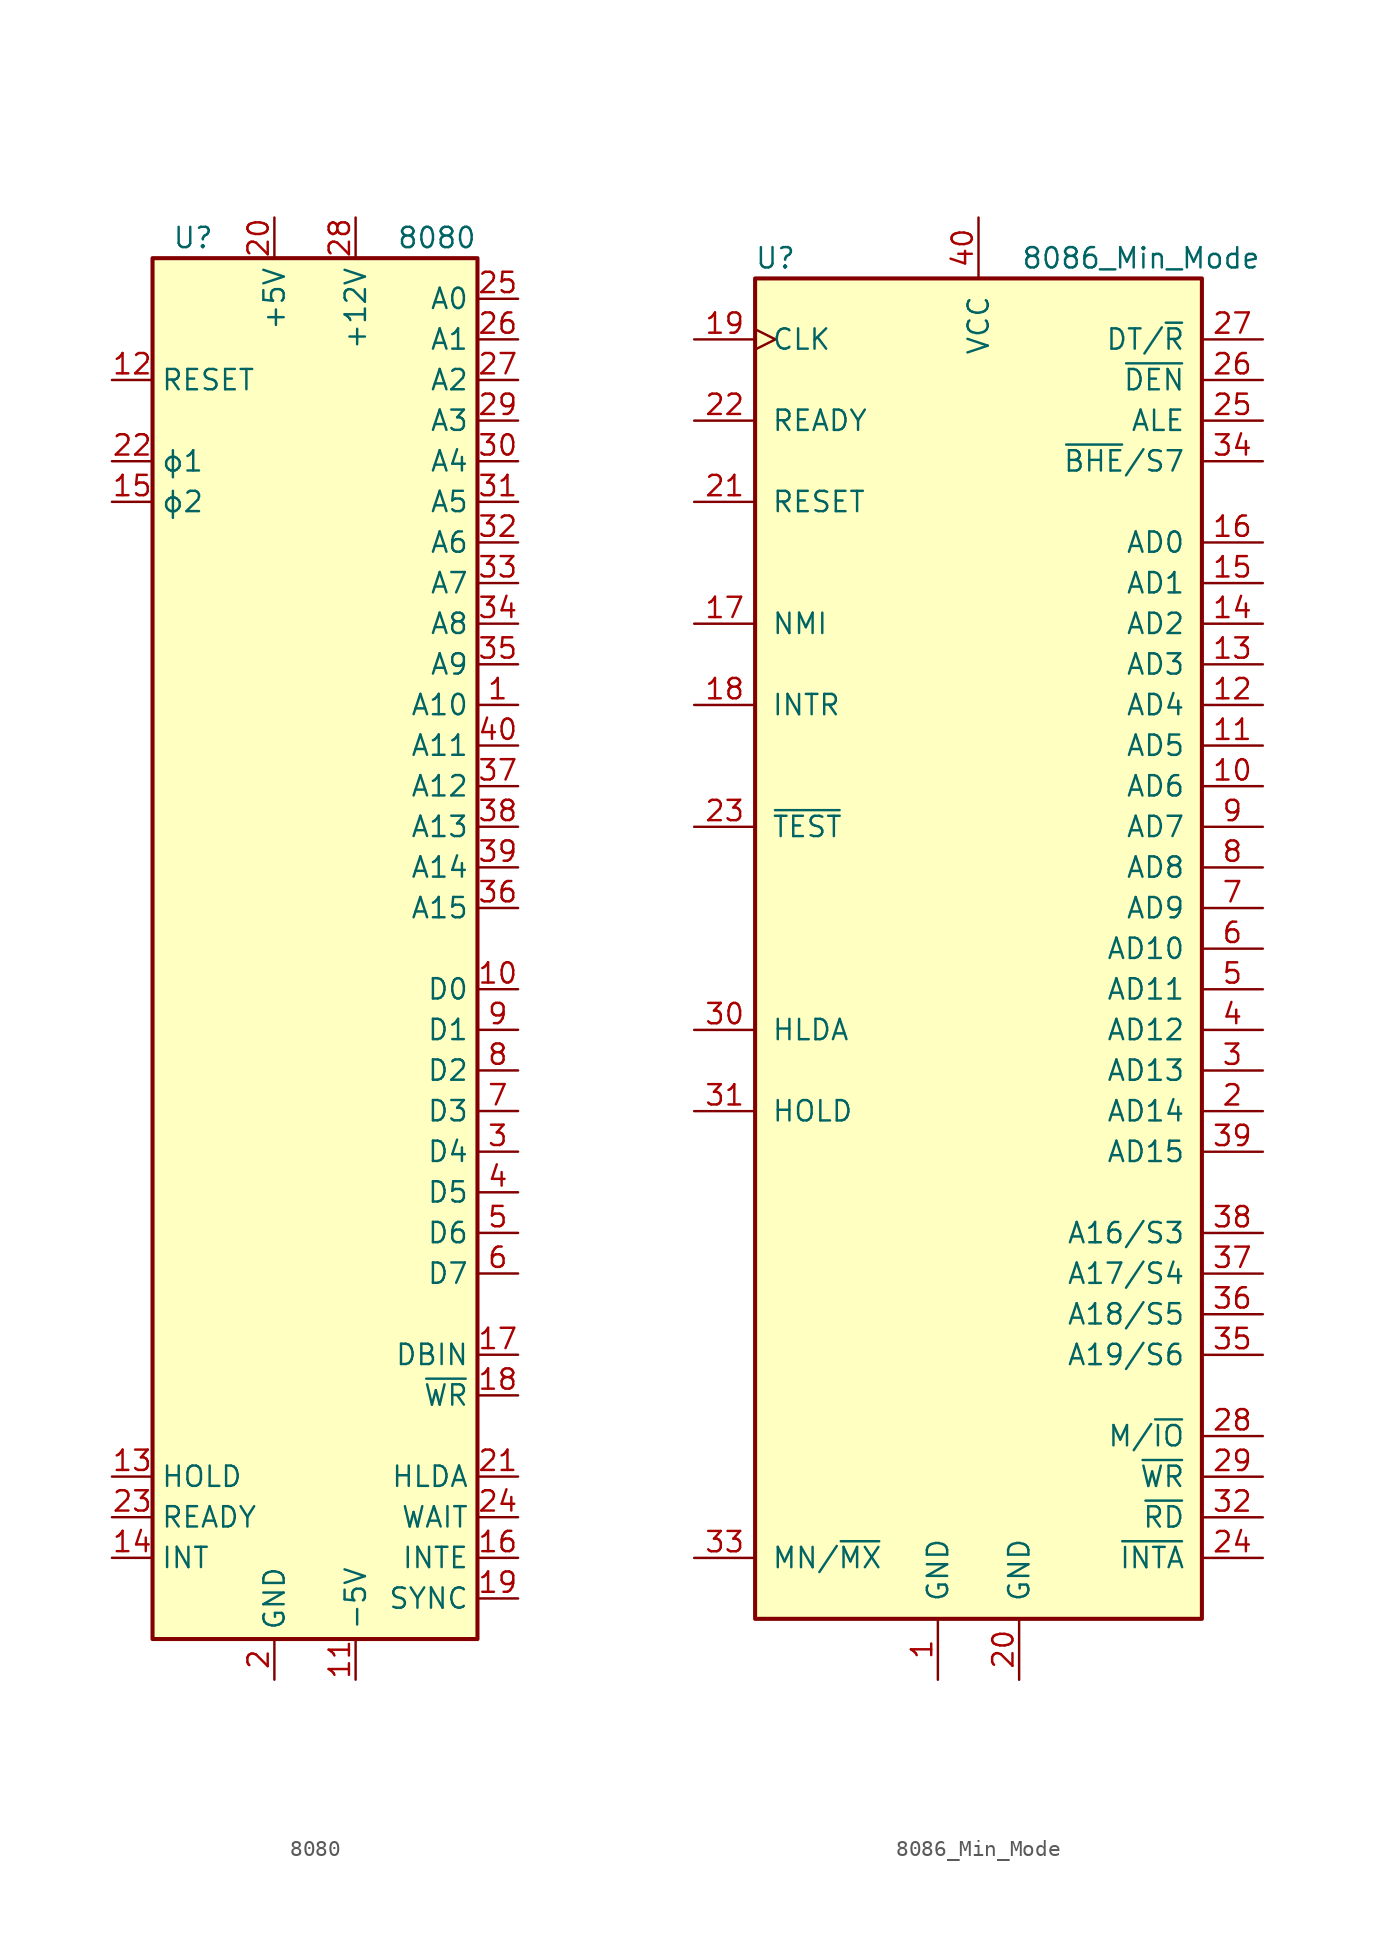
<source format=kicad_sym>
(kicad_symbol_lib
  (version 20211014)
  (generator kicad_symbol_editor)
  (symbol "8080"
    (property "Reference" "U"
      (at -7.62 44.45 0)
      (effects (font (size 1.27 1.27))))
    (property "Value" "8080"
      (at 7.62 44.45 0)
      (effects (font (size 1.27 1.27))))
    (symbol "8080_0_1"
      (rectangle (start -10.16 43.18) (end 10.16 -43.18) (stroke (width 0.254) (type default) (color 0 0 0 0)) (fill (type background))))
    (symbol "8080_1_1"
      (pin output line (at 12.7 15.24 180) (length 2.54) (name "A10" (effects (font (size 1.27 1.27)))) (number "1" (effects (font (size 1.27 1.27)))))
      (pin bidirectional line (at 12.7 -2.54 180) (length 2.54) (name "D0" (effects (font (size 1.27 1.27)))) (number "10" (effects (font (size 1.27 1.27)))))
      (pin power_in line (at 2.54 -45.72 90) (length 2.54) (name "-5V" (effects (font (size 1.27 1.27)))) (number "11" (effects (font (size 1.27 1.27)))))
      (pin input line (at -12.7 35.56 0) (length 2.54) (name "RESET" (effects (font (size 1.27 1.27)))) (number "12" (effects (font (size 1.27 1.27)))))
      (pin input line (at -12.7 -33.02 0) (length 2.54) (name "HOLD" (effects (font (size 1.27 1.27)))) (number "13" (effects (font (size 1.27 1.27)))))
      (pin input line (at -12.7 -38.1 0) (length 2.54) (name "INT" (effects (font (size 1.27 1.27)))) (number "14" (effects (font (size 1.27 1.27)))))
      (pin input line (at -12.7 27.94 0) (length 2.54) (name "ϕ2" (effects (font (size 1.27 1.27)))) (number "15" (effects (font (size 1.27 1.27)))))
      (pin output line (at 12.7 -38.1 180) (length 2.54) (name "INTE" (effects (font (size 1.27 1.27)))) (number "16" (effects (font (size 1.27 1.27)))))
      (pin output line (at 12.7 -25.4 180) (length 2.54) (name "DBIN" (effects (font (size 1.27 1.27)))) (number "17" (effects (font (size 1.27 1.27)))))
      (pin output line (at 12.7 -27.94 180) (length 2.54) (name "~{WR}" (effects (font (size 1.27 1.27)))) (number "18" (effects (font (size 1.27 1.27)))))
      (pin output line (at 12.7 -40.64 180) (length 2.54) (name "SYNC" (effects (font (size 1.27 1.27)))) (number "19" (effects (font (size 1.27 1.27)))))
      (pin power_in line (at -2.54 -45.72 90) (length 2.54) (name "GND" (effects (font (size 1.27 1.27)))) (number "2" (effects (font (size 1.27 1.27)))))
      (pin power_in line (at -2.54 45.72 270) (length 2.54) (name "+5V" (effects (font (size 1.27 1.27)))) (number "20" (effects (font (size 1.27 1.27)))))
      (pin output line (at 12.7 -33.02 180) (length 2.54) (name "HLDA" (effects (font (size 1.27 1.27)))) (number "21" (effects (font (size 1.27 1.27)))))
      (pin input line (at -12.7 30.48 0) (length 2.54) (name "ϕ1" (effects (font (size 1.27 1.27)))) (number "22" (effects (font (size 1.27 1.27)))))
      (pin input line (at -12.7 -35.56 0) (length 2.54) (name "READY" (effects (font (size 1.27 1.27)))) (number "23" (effects (font (size 1.27 1.27)))))
      (pin output line (at 12.7 -35.56 180) (length 2.54) (name "WAIT" (effects (font (size 1.27 1.27)))) (number "24" (effects (font (size 1.27 1.27)))))
      (pin output line (at 12.7 40.64 180) (length 2.54) (name "A0" (effects (font (size 1.27 1.27)))) (number "25" (effects (font (size 1.27 1.27)))))
      (pin output line (at 12.7 38.1 180) (length 2.54) (name "A1" (effects (font (size 1.27 1.27)))) (number "26" (effects (font (size 1.27 1.27)))))
      (pin output line (at 12.7 35.56 180) (length 2.54) (name "A2" (effects (font (size 1.27 1.27)))) (number "27" (effects (font (size 1.27 1.27)))))
      (pin power_in line (at 2.54 45.72 270) (length 2.54) (name "+12V" (effects (font (size 1.27 1.27)))) (number "28" (effects (font (size 1.27 1.27)))))
      (pin output line (at 12.7 33.02 180) (length 2.54) (name "A3" (effects (font (size 1.27 1.27)))) (number "29" (effects (font (size 1.27 1.27)))))
      (pin bidirectional line (at 12.7 -12.7 180) (length 2.54) (name "D4" (effects (font (size 1.27 1.27)))) (number "3" (effects (font (size 1.27 1.27)))))
      (pin output line (at 12.7 30.48 180) (length 2.54) (name "A4" (effects (font (size 1.27 1.27)))) (number "30" (effects (font (size 1.27 1.27)))))
      (pin output line (at 12.7 27.94 180) (length 2.54) (name "A5" (effects (font (size 1.27 1.27)))) (number "31" (effects (font (size 1.27 1.27)))))
      (pin output line (at 12.7 25.4 180) (length 2.54) (name "A6" (effects (font (size 1.27 1.27)))) (number "32" (effects (font (size 1.27 1.27)))))
      (pin output line (at 12.7 22.86 180) (length 2.54) (name "A7" (effects (font (size 1.27 1.27)))) (number "33" (effects (font (size 1.27 1.27)))))
      (pin output line (at 12.7 20.32 180) (length 2.54) (name "A8" (effects (font (size 1.27 1.27)))) (number "34" (effects (font (size 1.27 1.27)))))
      (pin output line (at 12.7 17.78 180) (length 2.54) (name "A9" (effects (font (size 1.27 1.27)))) (number "35" (effects (font (size 1.27 1.27)))))
      (pin output line (at 12.7 2.54 180) (length 2.54) (name "A15" (effects (font (size 1.27 1.27)))) (number "36" (effects (font (size 1.27 1.27)))))
      (pin output line (at 12.7 10.16 180) (length 2.54) (name "A12" (effects (font (size 1.27 1.27)))) (number "37" (effects (font (size 1.27 1.27)))))
      (pin output line (at 12.7 7.62 180) (length 2.54) (name "A13" (effects (font (size 1.27 1.27)))) (number "38" (effects (font (size 1.27 1.27)))))
      (pin output line (at 12.7 5.08 180) (length 2.54) (name "A14" (effects (font (size 1.27 1.27)))) (number "39" (effects (font (size 1.27 1.27)))))
      (pin bidirectional line (at 12.7 -15.24 180) (length 2.54) (name "D5" (effects (font (size 1.27 1.27)))) (number "4" (effects (font (size 1.27 1.27)))))
      (pin output line (at 12.7 12.7 180) (length 2.54) (name "A11" (effects (font (size 1.27 1.27)))) (number "40" (effects (font (size 1.27 1.27)))))
      (pin bidirectional line (at 12.7 -17.78 180) (length 2.54) (name "D6" (effects (font (size 1.27 1.27)))) (number "5" (effects (font (size 1.27 1.27)))))
      (pin bidirectional line (at 12.7 -20.32 180) (length 2.54) (name "D7" (effects (font (size 1.27 1.27)))) (number "6" (effects (font (size 1.27 1.27)))))
      (pin bidirectional line (at 12.7 -10.16 180) (length 2.54) (name "D3" (effects (font (size 1.27 1.27)))) (number "7" (effects (font (size 1.27 1.27)))))
      (pin bidirectional line (at 12.7 -7.62 180) (length 2.54) (name "D2" (effects (font (size 1.27 1.27)))) (number "8" (effects (font (size 1.27 1.27)))))
      (pin bidirectional line (at 12.7 -5.08 180) (length 2.54) (name "D1" (effects (font (size 1.27 1.27)))) (number "9" (effects (font (size 1.27 1.27)))))))
  (symbol "8086_Min_Mode"
    (pin_names
      (offset 1.016))
    (property "Reference" "U"
      (at -12.7 43.18 0)
      (effects (font (size 1.27 1.27))))
    (property "Value" "8086_Min_Mode"
      (at 10.16 43.18 0)
      (effects (font (size 1.27 1.27))))
    (symbol "8086_Min_Mode_0_1"
      (rectangle (start 13.97 -41.91) (end -13.97 41.91) (stroke (width 0.254) (type default) (color 0 0 0 0)) (fill (type background))))
    (symbol "8086_Min_Mode_1_1"
      (pin power_in line (at -2.54 -45.72 90) (length 3.81) (name "GND" (effects (font (size 1.27 1.27)))) (number "1" (effects (font (size 1.27 1.27)))))
      (pin bidirectional line (at 17.78 10.16 180) (length 3.81) (name "AD6" (effects (font (size 1.27 1.27)))) (number "10" (effects (font (size 1.27 1.27)))))
      (pin bidirectional line (at 17.78 12.7 180) (length 3.81) (name "AD5" (effects (font (size 1.27 1.27)))) (number "11" (effects (font (size 1.27 1.27)))))
      (pin bidirectional line (at 17.78 15.24 180) (length 3.81) (name "AD4" (effects (font (size 1.27 1.27)))) (number "12" (effects (font (size 1.27 1.27)))))
      (pin bidirectional line (at 17.78 17.78 180) (length 3.81) (name "AD3" (effects (font (size 1.27 1.27)))) (number "13" (effects (font (size 1.27 1.27)))))
      (pin bidirectional line (at 17.78 20.32 180) (length 3.81) (name "AD2" (effects (font (size 1.27 1.27)))) (number "14" (effects (font (size 1.27 1.27)))))
      (pin bidirectional line (at 17.78 22.86 180) (length 3.81) (name "AD1" (effects (font (size 1.27 1.27)))) (number "15" (effects (font (size 1.27 1.27)))))
      (pin bidirectional line (at 17.78 25.4 180) (length 3.81) (name "AD0" (effects (font (size 1.27 1.27)))) (number "16" (effects (font (size 1.27 1.27)))))
      (pin input line (at -17.78 20.32 0) (length 3.81) (name "NMI" (effects (font (size 1.27 1.27)))) (number "17" (effects (font (size 1.27 1.27)))))
      (pin input line (at -17.78 15.24 0) (length 3.81) (name "INTR" (effects (font (size 1.27 1.27)))) (number "18" (effects (font (size 1.27 1.27)))))
      (pin input clock (at -17.78 38.1 0) (length 3.81) (name "CLK" (effects (font (size 1.27 1.27)))) (number "19" (effects (font (size 1.27 1.27)))))
      (pin bidirectional line (at 17.78 -10.16 180) (length 3.81) (name "AD14" (effects (font (size 1.27 1.27)))) (number "2" (effects (font (size 1.27 1.27)))))
      (pin power_in line (at 2.54 -45.72 90) (length 3.81) (name "GND" (effects (font (size 1.27 1.27)))) (number "20" (effects (font (size 1.27 1.27)))))
      (pin input line (at -17.78 27.94 0) (length 3.81) (name "RESET" (effects (font (size 1.27 1.27)))) (number "21" (effects (font (size 1.27 1.27)))))
      (pin input line (at -17.78 33.02 0) (length 3.81) (name "READY" (effects (font (size 1.27 1.27)))) (number "22" (effects (font (size 1.27 1.27)))))
      (pin input line (at -17.78 7.62 0) (length 3.81) (name "~{TEST}" (effects (font (size 1.27 1.27)))) (number "23" (effects (font (size 1.27 1.27)))))
      (pin output line (at 17.78 -38.1 180) (length 3.81) (name "~{INTA}" (effects (font (size 1.27 1.27)))) (number "24" (effects (font (size 1.27 1.27)))))
      (pin output line (at 17.78 33.02 180) (length 3.81) (name "ALE" (effects (font (size 1.27 1.27)))) (number "25" (effects (font (size 1.27 1.27)))))
      (pin output line (at 17.78 35.56 180) (length 3.81) (name "~{DEN}" (effects (font (size 1.27 1.27)))) (number "26" (effects (font (size 1.27 1.27)))))
      (pin output line (at 17.78 38.1 180) (length 3.81) (name "DT/~{R}" (effects (font (size 1.27 1.27)))) (number "27" (effects (font (size 1.27 1.27)))))
      (pin output line (at 17.78 -30.48 180) (length 3.81) (name "M/~{IO}" (effects (font (size 1.27 1.27)))) (number "28" (effects (font (size 1.27 1.27)))))
      (pin output line (at 17.78 -33.02 180) (length 3.81) (name "~{WR}" (effects (font (size 1.27 1.27)))) (number "29" (effects (font (size 1.27 1.27)))))
      (pin bidirectional line (at 17.78 -7.62 180) (length 3.81) (name "AD13" (effects (font (size 1.27 1.27)))) (number "3" (effects (font (size 1.27 1.27)))))
      (pin output line (at -17.78 -5.08 0) (length 3.81) (name "HLDA" (effects (font (size 1.27 1.27)))) (number "30" (effects (font (size 1.27 1.27)))))
      (pin input line (at -17.78 -10.16 0) (length 3.81) (name "HOLD" (effects (font (size 1.27 1.27)))) (number "31" (effects (font (size 1.27 1.27)))))
      (pin output line (at 17.78 -35.56 180) (length 3.81) (name "~{RD}" (effects (font (size 1.27 1.27)))) (number "32" (effects (font (size 1.27 1.27)))))
      (pin input line (at -17.78 -38.1 0) (length 3.81) (name "MN/~{MX}" (effects (font (size 1.27 1.27)))) (number "33" (effects (font (size 1.27 1.27)))))
      (pin output line (at 17.78 30.48 180) (length 3.81) (name "~{BHE}/S7" (effects (font (size 1.27 1.27)))) (number "34" (effects (font (size 1.27 1.27)))))
      (pin output line (at 17.78 -25.4 180) (length 3.81) (name "A19/S6" (effects (font (size 1.27 1.27)))) (number "35" (effects (font (size 1.27 1.27)))))
      (pin output line (at 17.78 -22.86 180) (length 3.81) (name "A18/S5" (effects (font (size 1.27 1.27)))) (number "36" (effects (font (size 1.27 1.27)))))
      (pin output line (at 17.78 -20.32 180) (length 3.81) (name "A17/S4" (effects (font (size 1.27 1.27)))) (number "37" (effects (font (size 1.27 1.27)))))
      (pin output line (at 17.78 -17.78 180) (length 3.81) (name "A16/S3" (effects (font (size 1.27 1.27)))) (number "38" (effects (font (size 1.27 1.27)))))
      (pin bidirectional line (at 17.78 -12.7 180) (length 3.81) (name "AD15" (effects (font (size 1.27 1.27)))) (number "39" (effects (font (size 1.27 1.27)))))
      (pin bidirectional line (at 17.78 -5.08 180) (length 3.81) (name "AD12" (effects (font (size 1.27 1.27)))) (number "4" (effects (font (size 1.27 1.27)))))
      (pin power_in line (at 0 45.72 270) (length 3.81) (name "VCC" (effects (font (size 1.27 1.27)))) (number "40" (effects (font (size 1.27 1.27)))))
      (pin bidirectional line (at 17.78 -2.54 180) (length 3.81) (name "AD11" (effects (font (size 1.27 1.27)))) (number "5" (effects (font (size 1.27 1.27)))))
      (pin bidirectional line (at 17.78 0 180) (length 3.81) (name "AD10" (effects (font (size 1.27 1.27)))) (number "6" (effects (font (size 1.27 1.27)))))
      (pin bidirectional line (at 17.78 2.54 180) (length 3.81) (name "AD9" (effects (font (size 1.27 1.27)))) (number "7" (effects (font (size 1.27 1.27)))))
      (pin bidirectional line (at 17.78 5.08 180) (length 3.81) (name "AD8" (effects (font (size 1.27 1.27)))) (number "8" (effects (font (size 1.27 1.27)))))
      (pin bidirectional line (at 17.78 7.62 180) (length 3.81) (name "AD7" (effects (font (size 1.27 1.27)))) (number "9" (effects (font (size 1.27 1.27))))))))
</source>
